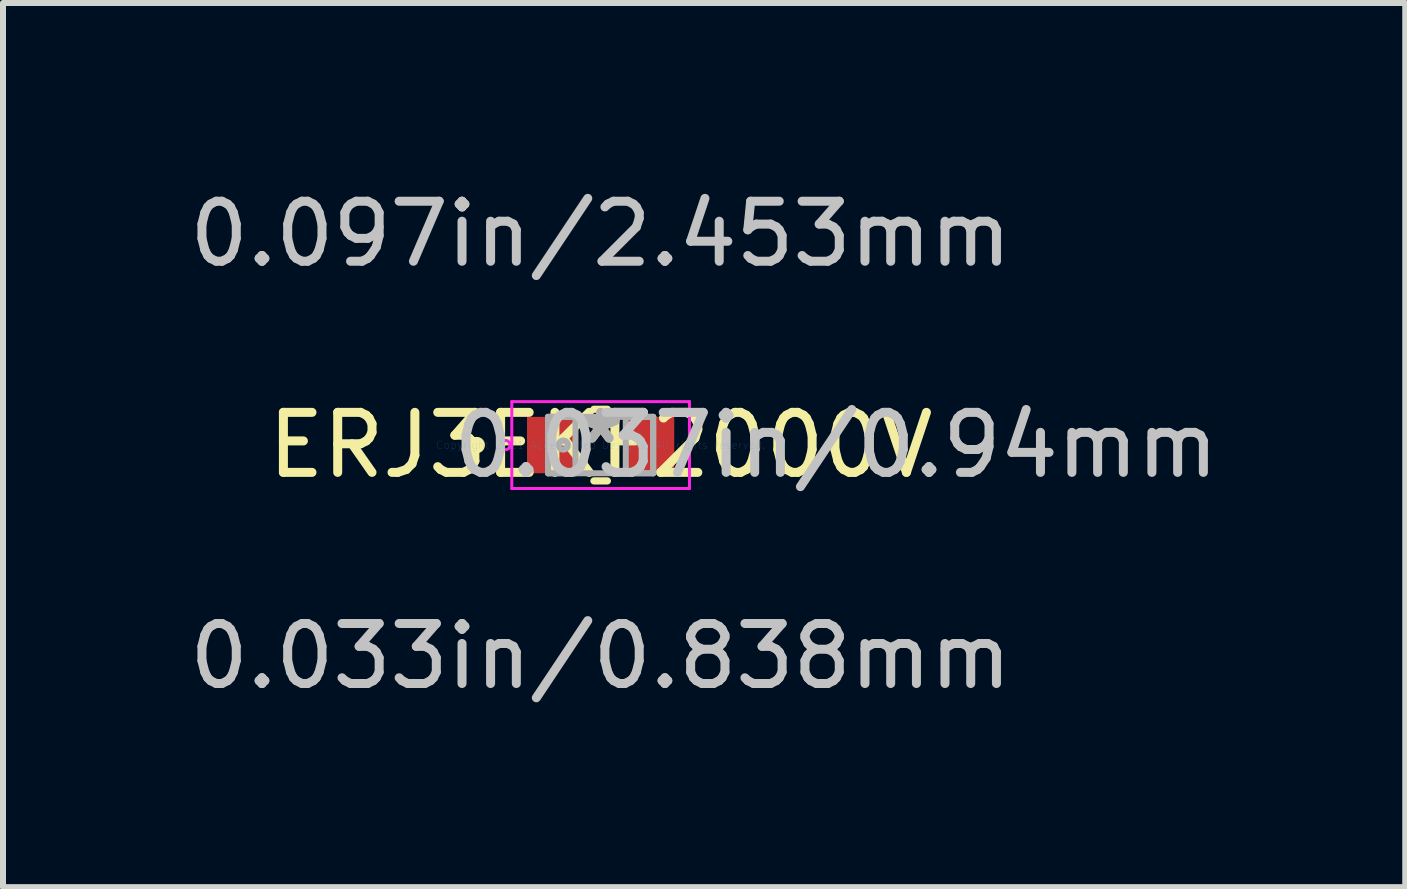
<source format=kicad_pcb>
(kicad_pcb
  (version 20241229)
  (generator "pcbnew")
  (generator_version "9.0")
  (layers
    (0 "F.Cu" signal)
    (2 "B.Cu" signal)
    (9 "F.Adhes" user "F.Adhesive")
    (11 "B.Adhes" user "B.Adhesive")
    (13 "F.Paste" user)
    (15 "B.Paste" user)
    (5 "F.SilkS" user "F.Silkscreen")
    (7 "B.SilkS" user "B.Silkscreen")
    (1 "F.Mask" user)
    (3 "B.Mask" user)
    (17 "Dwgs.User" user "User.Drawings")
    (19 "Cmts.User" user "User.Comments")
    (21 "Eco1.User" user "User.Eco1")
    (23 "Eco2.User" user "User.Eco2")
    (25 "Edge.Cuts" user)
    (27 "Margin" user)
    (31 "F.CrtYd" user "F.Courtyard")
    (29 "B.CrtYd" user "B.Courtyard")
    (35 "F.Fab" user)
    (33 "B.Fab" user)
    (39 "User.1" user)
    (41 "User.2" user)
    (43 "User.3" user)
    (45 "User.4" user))
  (footprint "ERJ3EKF2000V"
    (layer "F.Cu")
    (at 6.958 4.366)
    (property "Reference" "ERJ3EKF2000V" (at 0 0 0) (layer "F.SilkS") (effects (font (size 1 1) (thickness 0.15))))
    (attr through_hole)
    (fp_line (start -0.112 0.597) (end 0.112 0.597) (stroke (width 0.12) (type solid)) (layer "F.SilkS"))
    (fp_line (start 0.112 -0.597) (end -0.112 -0.597) (stroke (width 0.12) (type solid)) (layer "F.SilkS"))
    (fp_circle (center -2.064 0) (end -1.988 0) (stroke (width 0.12) (type solid)) (fill no) (layer "F.SilkS"))
    (fp_line (start -1.48 -0.724) (end 1.48 -0.724) (stroke (width 0.05) (type solid)) (layer "F.CrtYd"))
    (fp_line (start -1.48 0.724) (end -1.48 -0.724) (stroke (width 0.05) (type solid)) (layer "F.CrtYd"))
    (fp_line (start 1.48 -0.724) (end 1.48 0.724) (stroke (width 0.05) (type solid)) (layer "F.CrtYd"))
    (fp_line (start 1.48 0.724) (end -1.48 0.724) (stroke (width 0.05) (type solid)) (layer "F.CrtYd"))
    (fp_circle (center -1.585 0) (end -1.508 0) (stroke (width 0.05) (type solid)) (fill no) (layer "F.CrtYd"))
    (fp_line (start -0.876 -0.47) (end -0.876 0.47) (stroke (width 0.1) (type solid)) (layer "F.Fab"))
    (fp_line (start -0.876 -0.47) (end -0.876 0.47) (stroke (width 0.1) (type solid)) (layer "F.Fab"))
    (fp_line (start -0.876 0.47) (end -0.419 0.47) (stroke (width 0.1) (type solid)) (layer "F.Fab"))
    (fp_line (start -0.876 0.47) (end 0.876 0.47) (stroke (width 0.1) (type solid)) (layer "F.Fab"))
    (fp_line (start -0.419 -0.47) (end -0.876 -0.47) (stroke (width 0.1) (type solid)) (layer "F.Fab"))
    (fp_line (start -0.419 0.47) (end -0.419 -0.47) (stroke (width 0.1) (type solid)) (layer "F.Fab"))
    (fp_line (start 0.419 -0.47) (end 0.419 0.47) (stroke (width 0.1) (type solid)) (layer "F.Fab"))
    (fp_line (start 0.419 0.47) (end 0.876 0.47) (stroke (width 0.1) (type solid)) (layer "F.Fab"))
    (fp_line (start 0.876 -0.47) (end -0.876 -0.47) (stroke (width 0.1) (type solid)) (layer "F.Fab"))
    (fp_line (start 0.876 -0.47) (end 0.419 -0.47) (stroke (width 0.1) (type solid)) (layer "F.Fab"))
    (fp_line (start 0.876 0.47) (end 0.876 -0.47) (stroke (width 0.1) (type solid)) (layer "F.Fab"))
    (fp_line (start 0.876 0.47) (end 0.876 -0.47) (stroke (width 0.1) (type solid)) (layer "F.Fab"))
    (fp_circle (center -0.622 0) (end -0.546 0) (stroke (width 0.1) (type solid)) (fill no) (layer "F.Fab"))
    (fp_text user "*" (at 0 0 0) (layer "F.SilkS") (effects (font (size 1 1) (thickness 0.15))))
    (fp_text user "0.037in/0.94mm" (at 3.924 0 0) (layer "Dwgs.User") (effects (font (size 1 1) (thickness 0.15))))
    (fp_text user "0.097in/2.453mm" (at 0 -3.518 0) (layer "Dwgs.User") (effects (font (size 1 1) (thickness 0.15))))
    (fp_text user "0.033in/0.838mm" (at 0 3.518 0) (layer "Dwgs.User") (effects (font (size 1 1) (thickness 0.15))))
    (fp_text user "Copyright 2021 Accelerated Designs. All rights reserved." (at 0 0 0) (layer "Cmts.User") (effects (font (size 0.127 0.127) (thickness 0.002))))
    (fp_text user "*" (at 0 0 0) (layer "F.Fab") (effects (font (size 1 1) (thickness 0.15))))
    (pad "1" smd rect (at -0.823 0) (size 0.807 0.94) (layers "F.Cu" "F.Mask" "F.Paste"))
    (pad "2" smd rect (at 0.823 0) (size 0.807 0.94) (layers "F.Cu" "F.Mask" "F.Paste")))
  (gr_rect
    (start -3 -3)
    (end 20.365 11.732)
    (stroke (width 0.1) (type default))
    (fill no)
    (layer "Edge.Cuts")))
</source>
